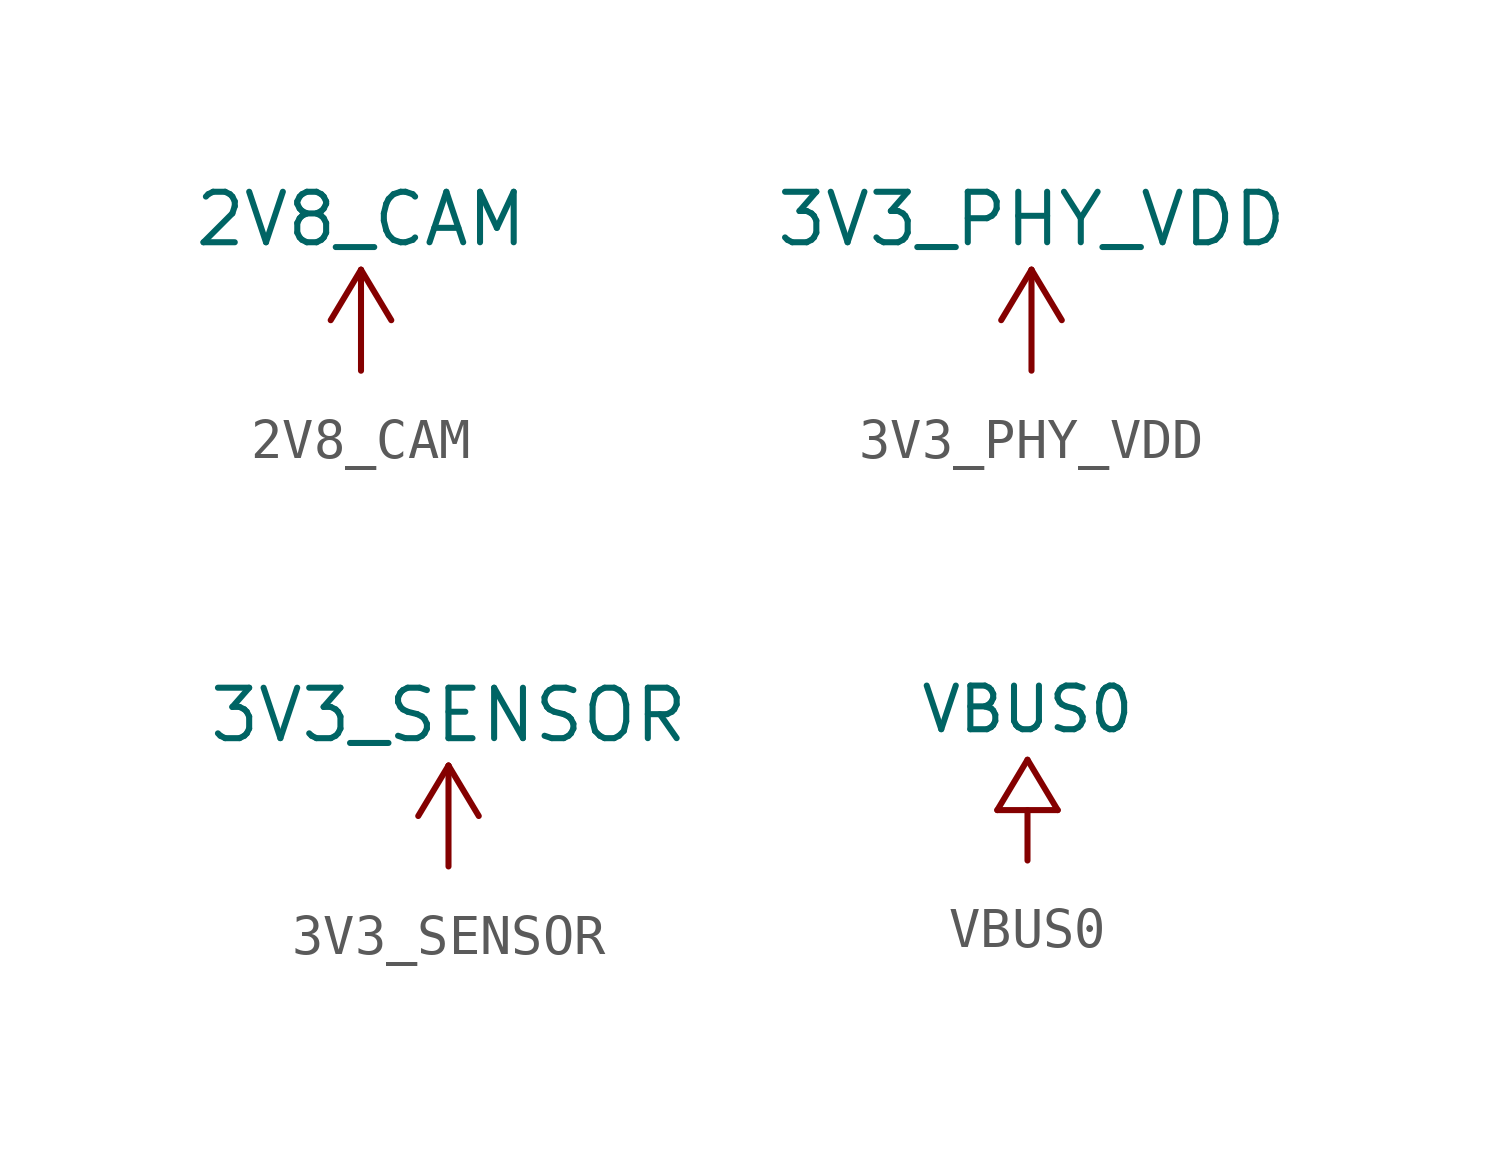
<source format=kicad_sym>
(kicad_symbol_lib
  (version 20220914)
  (generator kicad_symbol_editor)
  (symbol "2V8_CAM"
    (power)
    (pin_names
      (offset 0))
    (property "Reference" "#PWR"
      (at 0 -3.81 0)
      (effects (font (size 1.27 1.27)) hide))
    (property "Value" "2V8_CAM"
      (at 0 3.81 0)
      (effects (font (size 1.27 1.27))))
    (symbol "2V8_CAM_0_1"
      (polyline (pts (xy -0.762 1.27) (xy 0 2.54)) (stroke (width 0) (type solid)) (fill (type none)))
      (polyline (pts (xy 0 0) (xy 0 2.54)) (stroke (width 0) (type solid)) (fill (type none)))
      (polyline (pts (xy 0 2.54) (xy 0.762 1.27)) (stroke (width 0) (type solid)) (fill (type none))))
    (symbol "2V8_CAM_1_1"
      (pin power_in line (at 0 0 90) (length 0) hide (name "2V8_CAM" (effects (font (size 1.27 1.27)))) (number "1" (effects (font (size 1.27 1.27)))))))
  (symbol "3V3_PHY_VDD"
    (power)
    (pin_names
      (offset 0))
    (property "Reference" "#PWR"
      (at 0 -3.81 0)
      (effects (font (size 1.27 1.27)) hide))
    (property "Value" "3V3_PHY_VDD"
      (at 0 3.81 0)
      (effects (font (size 1.27 1.27))))
    (symbol "3V3_PHY_VDD_0_1"
      (polyline (pts (xy -0.762 1.27) (xy 0 2.54)) (stroke (width 0) (type solid)) (fill (type none)))
      (polyline (pts (xy 0 0) (xy 0 2.54)) (stroke (width 0) (type solid)) (fill (type none)))
      (polyline (pts (xy 0 2.54) (xy 0.762 1.27)) (stroke (width 0) (type solid)) (fill (type none))))
    (symbol "3V3_PHY_VDD_1_1"
      (pin power_in line (at 0 0 90) (length 0) hide (name "3V3_PHY_VDD" (effects (font (size 1.27 1.27)))) (number "1" (effects (font (size 1.27 1.27)))))))
  (symbol "3V3_SENSOR"
    (power)
    (pin_names
      (offset 0))
    (property "Reference" "#PWR"
      (at 0 -3.81 0)
      (effects (font (size 1.27 1.27)) hide))
    (property "Value" "3V3_SENSOR"
      (at 0 3.81 0)
      (effects (font (size 1.27 1.27))))
    (symbol "3V3_SENSOR_0_1"
      (polyline (pts (xy -0.762 1.27) (xy 0 2.54)) (stroke (width 0) (type solid)) (fill (type none)))
      (polyline (pts (xy 0 0) (xy 0 2.54)) (stroke (width 0) (type solid)) (fill (type none)))
      (polyline (pts (xy 0 2.54) (xy 0.762 1.27)) (stroke (width 0) (type solid)) (fill (type none))))
    (symbol "3V3_SENSOR_1_1"
      (pin power_in line (at 0 0 90) (length 0) hide (name "3V3_SENSOR" (effects (font (size 1.27 1.27)))) (number "1" (effects (font (size 1.27 1.27)))))))
  (symbol "VBUS0"
    (power)
    (pin_names
      (offset 0))
    (property "Reference" "#PWR"
      (at 0 -3.81 0)
      (effects (font (size 1.27 1.27)) hide))
    (property "Value" "VBUS0"
      (at 0 3.81 0)
      (effects (font (size 1.1 1.1))))
    (symbol "VBUS0_0_1"
      (polyline (pts (xy -0.762 1.27) (xy 0 2.54)) (stroke (width 0) (type solid)) (fill (type none)))
      (polyline (pts (xy 0 0) (xy 0 1.27)) (stroke (width 0) (type solid)) (fill (type none)))
      (polyline (pts (xy 0 2.54) (xy 0.762 1.27)) (stroke (width 0) (type solid)) (fill (type none)))
      (polyline (pts (xy 0.762 1.27) (xy -0.762 1.27)) (stroke (width 0) (type default)) (fill (type none))))
    (symbol "VBUS0_1_1"
      (pin power_in line (at 0 0 90) (length 0) hide (name "VBUS0" (effects (font (size 1.27 1.27)))) (number "1" (effects (font (size 1.27 1.27))))))))
</source>
